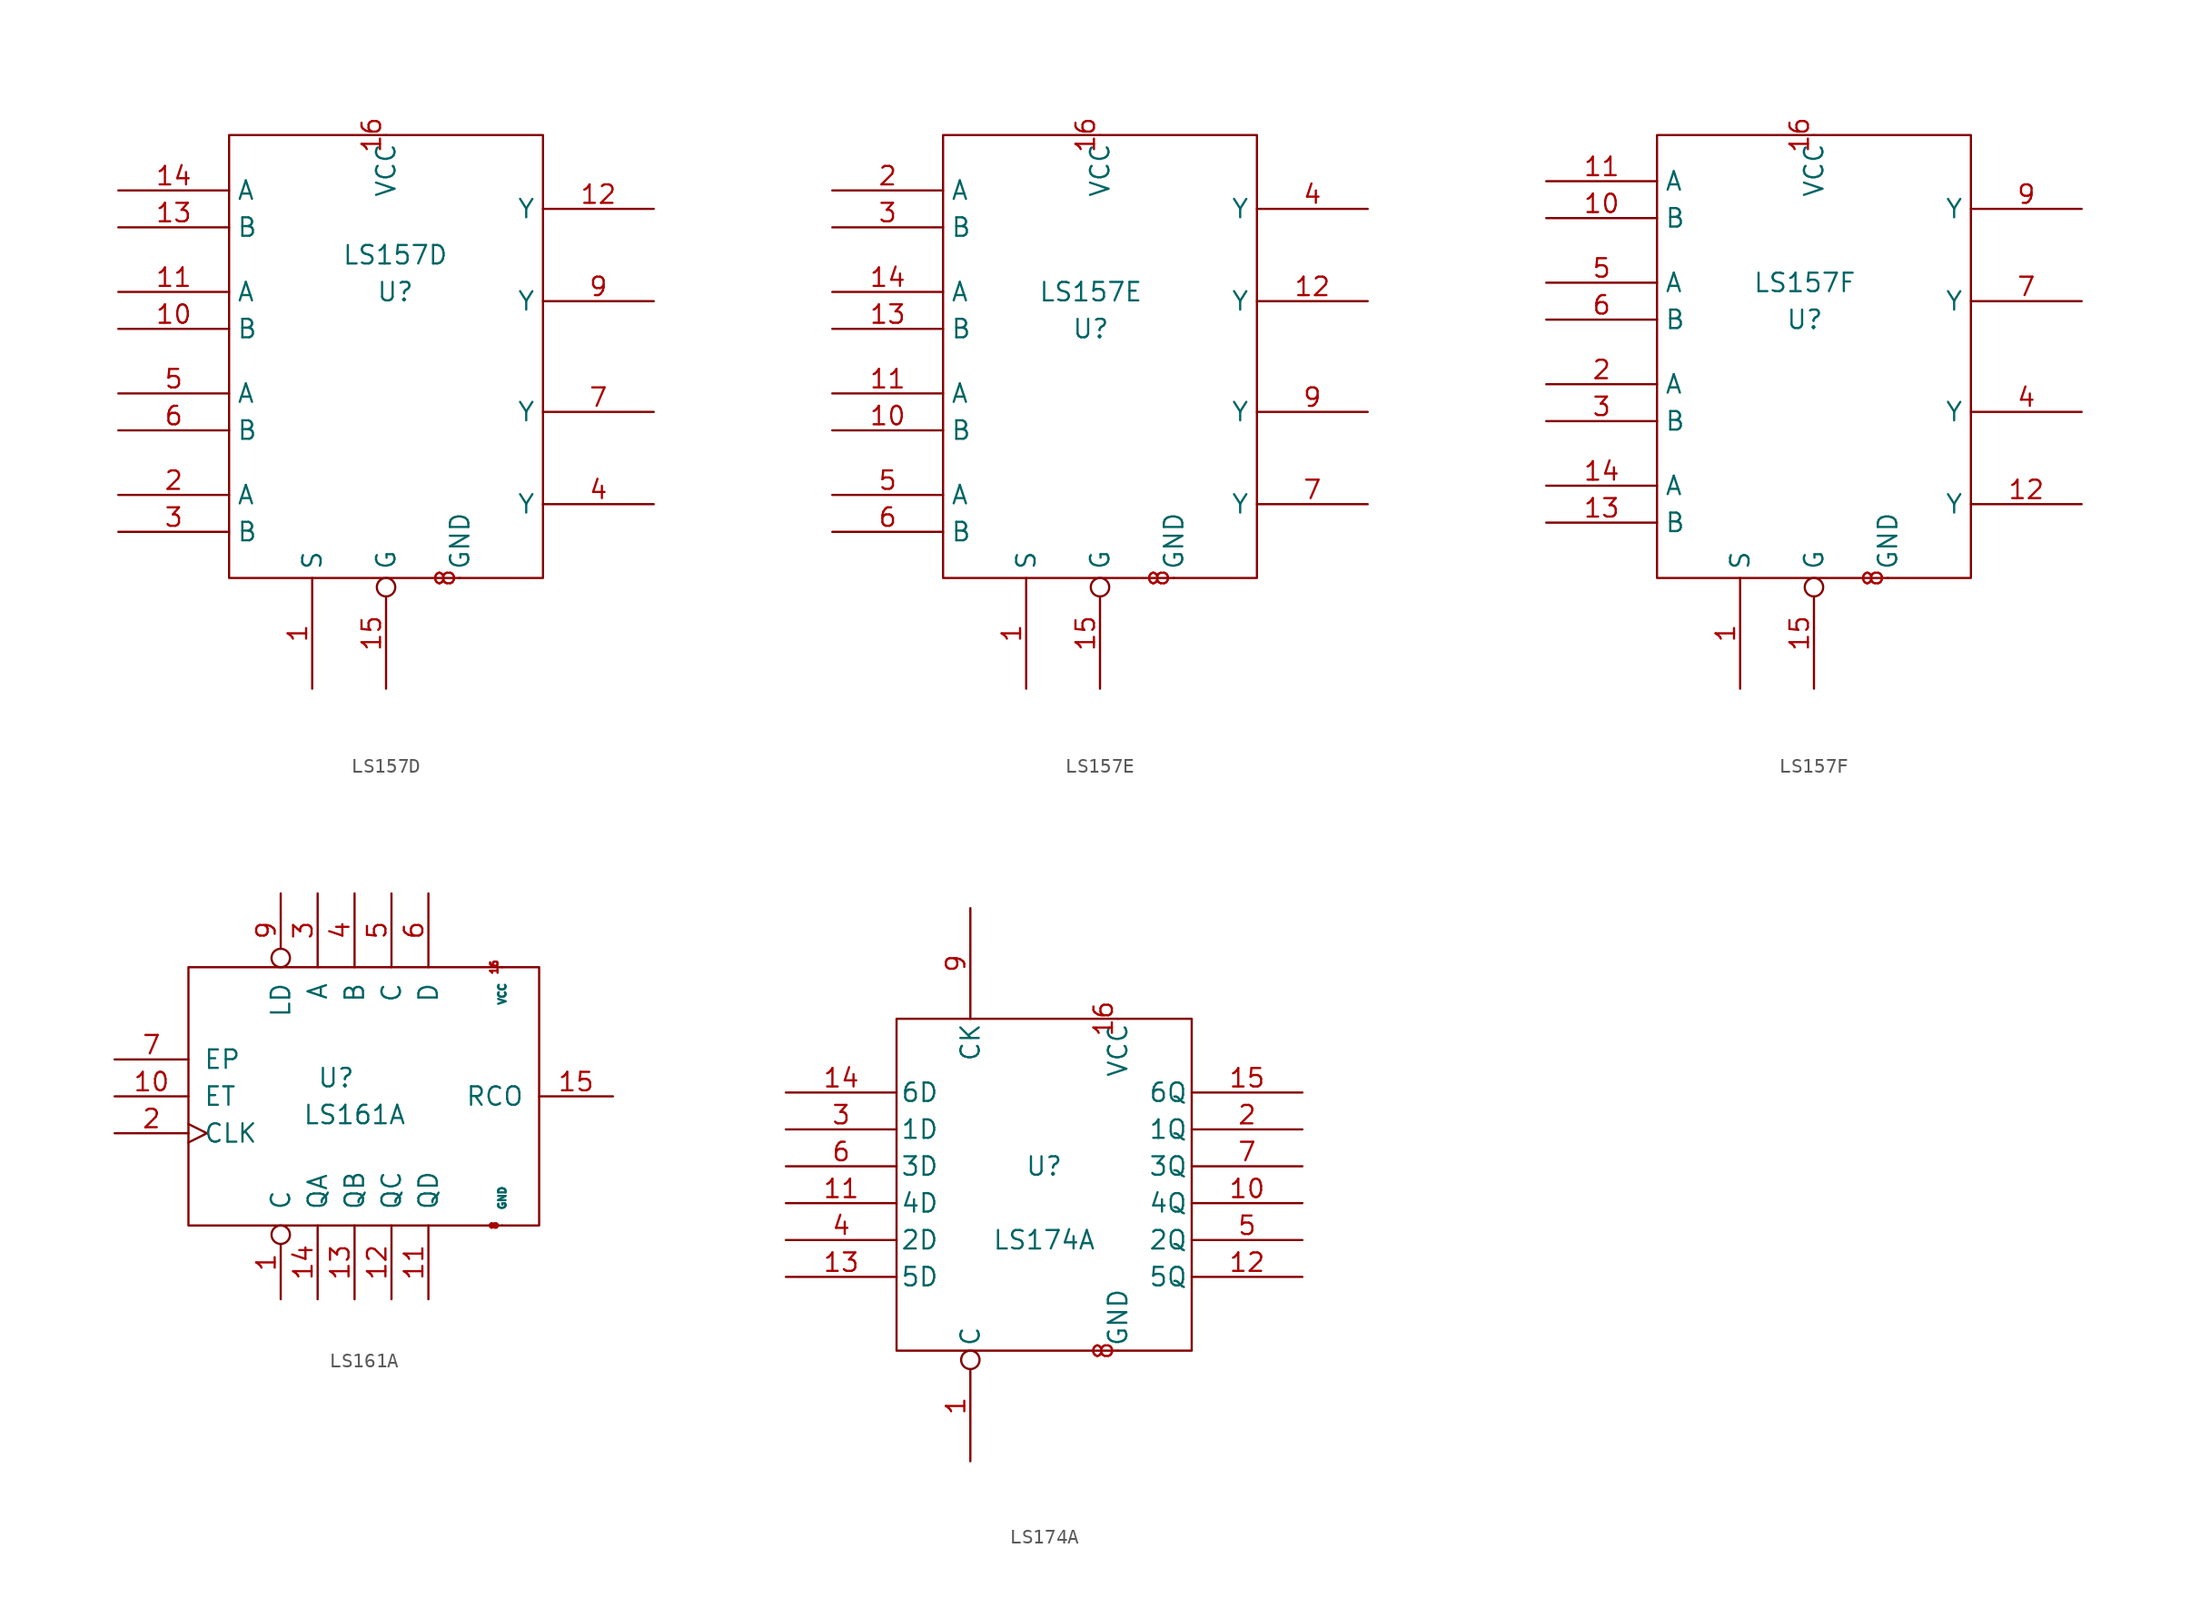
<source format=kicad_sym>
(kicad_symbol_lib
  (version 20211014)
  (generator kicad_symbol_editor)
  (symbol "LS157D"
    (property "Reference" "U"
      (at 0 3.81 0)
      (effects (font (size 1.27 1.27))))
    (property "Value" "LS157D"
      (at 0 6.35 0)
      (effects (font (size 1.27 1.27))))
    (symbol "LS157D_1_1"
      (rectangle (start -11.43 14.605) (end 10.16 -15.875) (stroke (width 0) (type default) (color 0 0 0 0)) (fill (type none)))
      (pin input line (at -5.715 -23.495 90) (length 7.62) (name "S" (effects (font (size 1.27 1.27)))) (number "1" (effects (font (size 1.27 1.27)))))
      (pin input line (at -19.05 1.27 0) (length 7.62) (name "B" (effects (font (size 1.27 1.27)))) (number "10" (effects (font (size 1.27 1.27)))))
      (pin input line (at -19.05 3.81 0) (length 7.62) (name "A" (effects (font (size 1.27 1.27)))) (number "11" (effects (font (size 1.27 1.27)))))
      (pin output line (at 17.78 9.525 180) (length 7.62) (name "Y" (effects (font (size 1.27 1.27)))) (number "12" (effects (font (size 1.27 1.27)))))
      (pin input line (at -19.05 8.255 0) (length 7.62) (name "B" (effects (font (size 1.27 1.27)))) (number "13" (effects (font (size 1.27 1.27)))))
      (pin input line (at -19.05 10.795 0) (length 7.62) (name "A" (effects (font (size 1.27 1.27)))) (number "14" (effects (font (size 1.27 1.27)))))
      (pin input inverted (at -0.635 -23.495 90) (length 7.62) (name "G" (effects (font (size 1.27 1.27)))) (number "15" (effects (font (size 1.27 1.27)))))
      (pin power_in line (at -0.635 14.605 270) (length 0) (name "VCC" (effects (font (size 1.27 1.27)))) (number "16" (effects (font (size 1.27 1.27)))))
      (pin input line (at -19.05 -10.16 0) (length 7.62) (name "A" (effects (font (size 1.27 1.27)))) (number "2" (effects (font (size 1.27 1.27)))))
      (pin input line (at -19.05 -12.7 0) (length 7.62) (name "B" (effects (font (size 1.27 1.27)))) (number "3" (effects (font (size 1.27 1.27)))))
      (pin output line (at 17.78 -10.795 180) (length 7.62) (name "Y" (effects (font (size 1.27 1.27)))) (number "4" (effects (font (size 1.27 1.27)))))
      (pin input line (at -19.05 -3.175 0) (length 7.62) (name "A" (effects (font (size 1.27 1.27)))) (number "5" (effects (font (size 1.27 1.27)))))
      (pin input line (at -19.05 -5.715 0) (length 7.62) (name "B" (effects (font (size 1.27 1.27)))) (number "6" (effects (font (size 1.27 1.27)))))
      (pin output line (at 17.78 -4.445 180) (length 7.62) (name "Y" (effects (font (size 1.27 1.27)))) (number "7" (effects (font (size 1.27 1.27)))))
      (pin power_in line (at 4.445 -15.875 90) (length 0) (name "GND" (effects (font (size 1.27 1.27)))) (number "8" (effects (font (size 1.27 1.27)))))
      (pin output line (at 17.78 3.175 180) (length 7.62) (name "Y" (effects (font (size 1.27 1.27)))) (number "9" (effects (font (size 1.27 1.27)))))))
  (symbol "LS157E"
    (property "Reference" "U"
      (at 0 2.54 0)
      (effects (font (size 1.27 1.27))))
    (property "Value" "LS157E"
      (at 0 5.08 0)
      (effects (font (size 1.27 1.27))))
    (symbol "LS157E_1_1"
      (rectangle (start -10.16 15.875) (end 11.43 -14.605) (stroke (width 0) (type default) (color 0 0 0 0)) (fill (type none)))
      (pin input line (at -4.445 -22.225 90) (length 7.62) (name "S" (effects (font (size 1.27 1.27)))) (number "1" (effects (font (size 1.27 1.27)))))
      (pin input line (at -17.78 -4.445 0) (length 7.62) (name "B" (effects (font (size 1.27 1.27)))) (number "10" (effects (font (size 1.27 1.27)))))
      (pin input line (at -17.78 -1.905 0) (length 7.62) (name "A" (effects (font (size 1.27 1.27)))) (number "11" (effects (font (size 1.27 1.27)))))
      (pin output line (at 19.05 4.445 180) (length 7.62) (name "Y" (effects (font (size 1.27 1.27)))) (number "12" (effects (font (size 1.27 1.27)))))
      (pin input line (at -17.78 2.54 0) (length 7.62) (name "B" (effects (font (size 1.27 1.27)))) (number "13" (effects (font (size 1.27 1.27)))))
      (pin input line (at -17.78 5.08 0) (length 7.62) (name "A" (effects (font (size 1.27 1.27)))) (number "14" (effects (font (size 1.27 1.27)))))
      (pin input inverted (at 0.635 -22.225 90) (length 7.62) (name "G" (effects (font (size 1.27 1.27)))) (number "15" (effects (font (size 1.27 1.27)))))
      (pin power_in line (at 0.635 15.875 270) (length 0) (name "VCC" (effects (font (size 1.27 1.27)))) (number "16" (effects (font (size 1.27 1.27)))))
      (pin input line (at -17.78 12.065 0) (length 7.62) (name "A" (effects (font (size 1.27 1.27)))) (number "2" (effects (font (size 1.27 1.27)))))
      (pin input line (at -17.78 9.525 0) (length 7.62) (name "B" (effects (font (size 1.27 1.27)))) (number "3" (effects (font (size 1.27 1.27)))))
      (pin output line (at 19.05 10.795 180) (length 7.62) (name "Y" (effects (font (size 1.27 1.27)))) (number "4" (effects (font (size 1.27 1.27)))))
      (pin input line (at -17.78 -8.89 0) (length 7.62) (name "A" (effects (font (size 1.27 1.27)))) (number "5" (effects (font (size 1.27 1.27)))))
      (pin input line (at -17.78 -11.43 0) (length 7.62) (name "B" (effects (font (size 1.27 1.27)))) (number "6" (effects (font (size 1.27 1.27)))))
      (pin output line (at 19.05 -9.525 180) (length 7.62) (name "Y" (effects (font (size 1.27 1.27)))) (number "7" (effects (font (size 1.27 1.27)))))
      (pin power_in line (at 5.715 -14.605 90) (length 0) (name "GND" (effects (font (size 1.27 1.27)))) (number "8" (effects (font (size 1.27 1.27)))))
      (pin output line (at 19.05 -3.175 180) (length 7.62) (name "Y" (effects (font (size 1.27 1.27)))) (number "9" (effects (font (size 1.27 1.27)))))))
  (symbol "LS157F"
    (property "Reference" "U"
      (at 0 2.54 0)
      (effects (font (size 1.27 1.27))))
    (property "Value" "LS157F"
      (at 0 5.08 0)
      (effects (font (size 1.27 1.27))))
    (symbol "LS157F_1_1"
      (rectangle (start -10.16 15.24) (end 11.43 -15.24) (stroke (width 0) (type default) (color 0 0 0 0)) (fill (type none)))
      (pin input line (at -4.445 -22.86 90) (length 7.62) (name "S" (effects (font (size 1.27 1.27)))) (number "1" (effects (font (size 1.27 1.27)))))
      (pin input line (at -17.78 9.525 0) (length 7.62) (name "B" (effects (font (size 1.27 1.27)))) (number "10" (effects (font (size 1.27 1.27)))))
      (pin input line (at -17.78 12.065 0) (length 7.62) (name "A" (effects (font (size 1.27 1.27)))) (number "11" (effects (font (size 1.27 1.27)))))
      (pin output line (at 19.05 -10.16 180) (length 7.62) (name "Y" (effects (font (size 1.27 1.27)))) (number "12" (effects (font (size 1.27 1.27)))))
      (pin input line (at -17.78 -11.43 0) (length 7.62) (name "B" (effects (font (size 1.27 1.27)))) (number "13" (effects (font (size 1.27 1.27)))))
      (pin input line (at -17.78 -8.89 0) (length 7.62) (name "A" (effects (font (size 1.27 1.27)))) (number "14" (effects (font (size 1.27 1.27)))))
      (pin input inverted (at 0.635 -22.86 90) (length 7.62) (name "G" (effects (font (size 1.27 1.27)))) (number "15" (effects (font (size 1.27 1.27)))))
      (pin power_in line (at 0.635 15.24 270) (length 0) (name "VCC" (effects (font (size 1.27 1.27)))) (number "16" (effects (font (size 1.27 1.27)))))
      (pin input line (at -17.78 -1.905 0) (length 7.62) (name "A" (effects (font (size 1.27 1.27)))) (number "2" (effects (font (size 1.27 1.27)))))
      (pin input line (at -17.78 -4.445 0) (length 7.62) (name "B" (effects (font (size 1.27 1.27)))) (number "3" (effects (font (size 1.27 1.27)))))
      (pin output line (at 19.05 -3.81 180) (length 7.62) (name "Y" (effects (font (size 1.27 1.27)))) (number "4" (effects (font (size 1.27 1.27)))))
      (pin input line (at -17.78 5.08 0) (length 7.62) (name "A" (effects (font (size 1.27 1.27)))) (number "5" (effects (font (size 1.27 1.27)))))
      (pin input line (at -17.78 2.54 0) (length 7.62) (name "B" (effects (font (size 1.27 1.27)))) (number "6" (effects (font (size 1.27 1.27)))))
      (pin output line (at 19.05 3.81 180) (length 7.62) (name "Y" (effects (font (size 1.27 1.27)))) (number "7" (effects (font (size 1.27 1.27)))))
      (pin power_in line (at 5.715 -15.24 90) (length 0) (name "GND" (effects (font (size 1.27 1.27)))) (number "8" (effects (font (size 1.27 1.27)))))
      (pin output line (at 19.05 10.16 180) (length 7.62) (name "Y" (effects (font (size 1.27 1.27)))) (number "9" (effects (font (size 1.27 1.27)))))))
  (symbol "LS161A"
    (pin_names
      (offset 1.016))
    (property "Reference" "U"
      (at -2.54 1.27 0)
      (effects (font (size 1.27 1.27))))
    (property "Value" "LS161A"
      (at -1.27 -1.27 0)
      (effects (font (size 1.27 1.27))))
    (symbol "LS161A_0_1"
      (rectangle (start -12.7 8.89) (end 11.43 -8.89) (stroke (width 0) (type default) (color 0 0 0 0)) (fill (type none))))
    (symbol "LS161A_1_1"
      (pin input inverted (at -6.35 -13.97 90) (length 5.08) (name "C" (effects (font (size 1.27 1.27)))) (number "1" (effects (font (size 1.27 1.27)))))
      (pin input line (at -17.78 0 0) (length 5.08) (name "ET" (effects (font (size 1.27 1.27)))) (number "10" (effects (font (size 1.27 1.27)))))
      (pin output line (at 3.81 -13.97 90) (length 5.08) (name "QD" (effects (font (size 1.27 1.27)))) (number "11" (effects (font (size 1.27 1.27)))))
      (pin output line (at 1.27 -13.97 90) (length 5.08) (name "QC" (effects (font (size 1.27 1.27)))) (number "12" (effects (font (size 1.27 1.27)))))
      (pin output line (at -1.27 -13.97 90) (length 5.08) (name "QB" (effects (font (size 1.27 1.27)))) (number "13" (effects (font (size 1.27 1.27)))))
      (pin output line (at -3.81 -13.97 90) (length 5.08) (name "QA" (effects (font (size 1.27 1.27)))) (number "14" (effects (font (size 1.27 1.27)))))
      (pin output line (at 16.51 0 180) (length 5.08) (name "RCO" (effects (font (size 1.27 1.27)))) (number "15" (effects (font (size 1.27 1.27)))))
      (pin power_in line (at 8.89 8.89 270) (length 0) (name "VCC" (effects (font (size 0.508 0.508)))) (number "16" (effects (font (size 0.508 0.508)))))
      (pin input clock (at -17.78 -2.54 0) (length 5.08) (name "CLK" (effects (font (size 1.27 1.27)))) (number "2" (effects (font (size 1.27 1.27)))))
      (pin input line (at -3.81 13.97 270) (length 5.08) (name "A" (effects (font (size 1.27 1.27)))) (number "3" (effects (font (size 1.27 1.27)))))
      (pin input line (at -1.27 13.97 270) (length 5.08) (name "B" (effects (font (size 1.27 1.27)))) (number "4" (effects (font (size 1.27 1.27)))))
      (pin input line (at 1.27 13.97 270) (length 5.08) (name "C" (effects (font (size 1.27 1.27)))) (number "5" (effects (font (size 1.27 1.27)))))
      (pin input line (at 3.81 13.97 270) (length 5.08) (name "D" (effects (font (size 1.27 1.27)))) (number "6" (effects (font (size 1.27 1.27)))))
      (pin input line (at -17.78 2.54 0) (length 5.08) (name "EP" (effects (font (size 1.27 1.27)))) (number "7" (effects (font (size 1.27 1.27)))))
      (pin power_in line (at 8.89 -8.89 90) (length 0) (name "GND" (effects (font (size 0.508 0.508)))) (number "8" (effects (font (size 0.508 0.508)))))
      (pin input inverted (at -6.35 13.97 270) (length 5.08) (name "LD" (effects (font (size 1.27 1.27)))) (number "9" (effects (font (size 1.27 1.27)))))))
  (symbol "LS174A"
    (pin_names
      (offset 0.254))
    (property "Reference" "U"
      (at 0 1.27 0)
      (effects (font (size 1.27 1.27))))
    (property "Value" "LS174A"
      (at 0 -3.81 0)
      (effects (font (size 1.27 1.27))))
    (symbol "LS174A_0_0"
      (pin power_in line (at 5.08 11.43 270) (length 0) (name "VCC" (effects (font (size 1.27 1.27)))) (number "16" (effects (font (size 1.27 1.27))))))
    (symbol "LS174A_1_0"
      (pin power_in line (at 5.08 -11.43 90) (length 0) (name "GND" (effects (font (size 1.27 1.27)))) (number "8" (effects (font (size 1.27 1.27))))))
    (symbol "LS174A_1_1"
      (rectangle (start -10.16 11.43) (end 10.16 -11.43) (stroke (width 0) (type default) (color 0 0 0 0)) (fill (type none)))
      (pin input inverted (at -5.08 -19.05 90) (length 7.62) (name "C" (effects (font (size 1.27 1.27)))) (number "1" (effects (font (size 1.27 1.27)))))
      (pin output line (at 17.78 -1.27 180) (length 7.62) (name "4Q" (effects (font (size 1.27 1.27)))) (number "10" (effects (font (size 1.27 1.27)))))
      (pin input line (at -17.78 -1.27 0) (length 7.62) (name "4D" (effects (font (size 1.27 1.27)))) (number "11" (effects (font (size 1.27 1.27)))))
      (pin output line (at 17.78 -6.35 180) (length 7.62) (name "5Q" (effects (font (size 1.27 1.27)))) (number "12" (effects (font (size 1.27 1.27)))))
      (pin input line (at -17.78 -6.35 0) (length 7.62) (name "5D" (effects (font (size 1.27 1.27)))) (number "13" (effects (font (size 1.27 1.27)))))
      (pin input line (at -17.78 6.35 0) (length 7.62) (name "6D" (effects (font (size 1.27 1.27)))) (number "14" (effects (font (size 1.27 1.27)))))
      (pin output line (at 17.78 6.35 180) (length 7.62) (name "6Q" (effects (font (size 1.27 1.27)))) (number "15" (effects (font (size 1.27 1.27)))))
      (pin output line (at 17.78 3.81 180) (length 7.62) (name "1Q" (effects (font (size 1.27 1.27)))) (number "2" (effects (font (size 1.27 1.27)))))
      (pin input line (at -17.78 3.81 0) (length 7.62) (name "1D" (effects (font (size 1.27 1.27)))) (number "3" (effects (font (size 1.27 1.27)))))
      (pin input line (at -17.78 -3.81 0) (length 7.62) (name "2D" (effects (font (size 1.27 1.27)))) (number "4" (effects (font (size 1.27 1.27)))))
      (pin output line (at 17.78 -3.81 180) (length 7.62) (name "2Q" (effects (font (size 1.27 1.27)))) (number "5" (effects (font (size 1.27 1.27)))))
      (pin input line (at -17.78 1.27 0) (length 7.62) (name "3D" (effects (font (size 1.27 1.27)))) (number "6" (effects (font (size 1.27 1.27)))))
      (pin output line (at 17.78 1.27 180) (length 7.62) (name "3Q" (effects (font (size 1.27 1.27)))) (number "7" (effects (font (size 1.27 1.27)))))
      (pin input line (at -5.08 19.05 270) (length 7.62) (name "CK" (effects (font (size 1.27 1.27)))) (number "9" (effects (font (size 1.27 1.27))))))))
</source>
